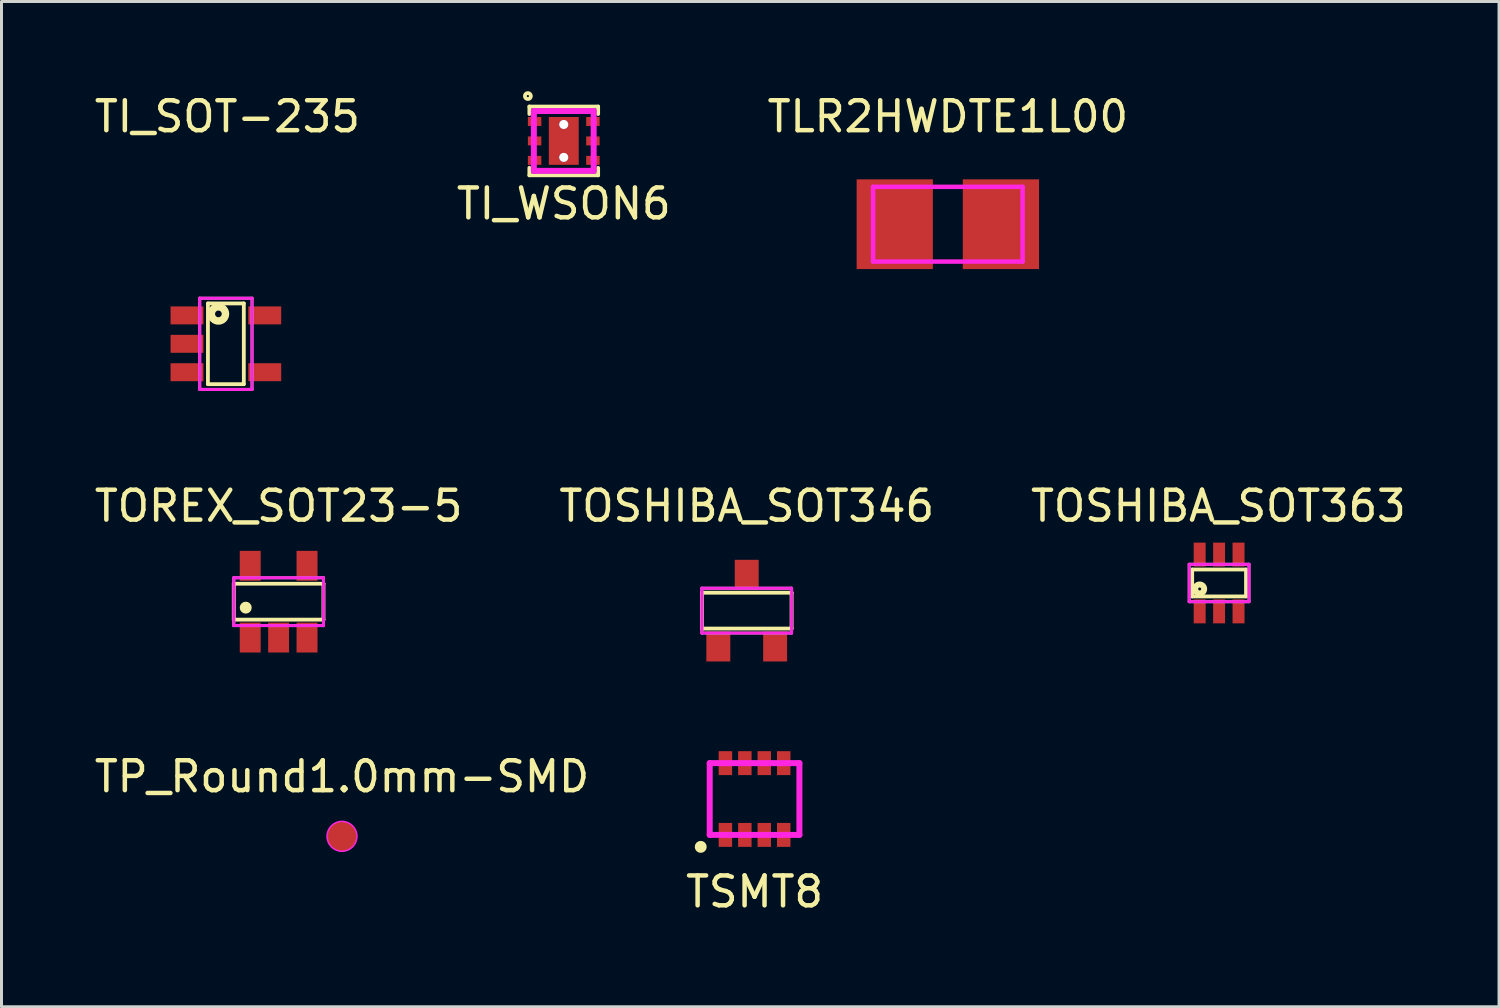
<source format=kicad_pcb>
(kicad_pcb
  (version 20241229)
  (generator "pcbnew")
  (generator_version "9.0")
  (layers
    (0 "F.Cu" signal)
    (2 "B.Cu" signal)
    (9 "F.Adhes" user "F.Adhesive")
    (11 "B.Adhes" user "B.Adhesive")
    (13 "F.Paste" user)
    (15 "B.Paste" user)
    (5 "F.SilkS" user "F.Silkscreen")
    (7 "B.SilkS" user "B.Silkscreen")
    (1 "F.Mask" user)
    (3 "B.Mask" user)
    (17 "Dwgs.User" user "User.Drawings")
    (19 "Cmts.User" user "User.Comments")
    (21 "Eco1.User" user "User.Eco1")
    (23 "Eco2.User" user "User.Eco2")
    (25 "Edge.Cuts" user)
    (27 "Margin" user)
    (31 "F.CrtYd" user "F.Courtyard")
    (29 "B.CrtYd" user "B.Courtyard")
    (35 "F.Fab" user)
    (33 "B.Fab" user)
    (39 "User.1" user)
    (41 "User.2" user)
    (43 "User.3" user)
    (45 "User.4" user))
  (footprint "TSMT8"
    (layer "F.Cu")
    (at 22.185 23.672)
    (property "Reference" "TSMT8" (at 0 3.1 0) (layer "F.SilkS") (effects (font (size 1 1) (thickness 0.15))))
    (attr through_hole)
    (fp_circle (center -1.8 1.6) (end -1.8 1.5) (stroke (width 0.2) (type solid)) (fill no) (layer "F.SilkS"))
    (fp_line (start -1.5 -1.2) (end 1.5 -1.2) (stroke (width 0.2) (type solid)) (layer "F.CrtYd"))
    (fp_line (start -1.5 1.2) (end -1.5 -1.2) (stroke (width 0.2) (type solid)) (layer "F.CrtYd"))
    (fp_line (start 1.5 -1.2) (end 1.5 1.2) (stroke (width 0.2) (type solid)) (layer "F.CrtYd"))
    (fp_line (start 1.5 1.2) (end -1.5 1.2) (stroke (width 0.2) (type solid)) (layer "F.CrtYd"))
    (pad "1" smd rect (at -0.975 1.2) (size 0.45 0.8) (layers "F.Cu" "F.Mask" "F.Paste"))
    (pad "2" smd rect (at -0.325 1.2) (size 0.45 0.8) (layers "F.Cu" "F.Mask" "F.Paste"))
    (pad "3" smd rect (at 0.325 1.2) (size 0.45 0.8) (layers "F.Cu" "F.Mask" "F.Paste"))
    (pad "4" smd rect (at 0.975 1.2) (size 0.45 0.8) (layers "F.Cu" "F.Mask" "F.Paste"))
    (pad "5" smd rect (at 0.975 -1.2) (size 0.45 0.8) (layers "F.Cu" "F.Mask" "F.Paste"))
    (pad "6" smd rect (at 0.325 -1.2) (size 0.45 0.8) (layers "F.Cu" "F.Mask" "F.Paste"))
    (pad "7" smd rect (at -0.325 -1.2) (size 0.45 0.8) (layers "F.Cu" "F.Mask" "F.Paste"))
    (pad "8" smd rect (at -0.975 -1.2) (size 0.45 0.8) (layers "F.Cu" "F.Mask" "F.Paste")))
  (footprint "TP_Round1.0mm-SMD"
    (layer "F.Cu")
    (at 8.387 24.92)
    (property "Reference" "TP_Round1.0mm-SMD" (at 0 -2 0) (layer "F.SilkS") (effects (font (size 1 1) (thickness 0.15))))
    (attr exclude_from_pos_files exclude_from_bom)
    (fp_circle (center 0 0) (end 0.5 0) (stroke (width 0.05) (type solid)) (fill no) (layer "F.CrtYd"))
    (pad "1" smd circle (at 0 0) (size 1 1) (layers "F.Cu" "F.Mask")))
  (footprint "TI_WSON6"
    (layer "F.Cu")
    (at 15.804 1.663)
    (property "Reference" "TI_WSON6" (at 0 2.1 0) (layer "F.SilkS") (effects (font (size 1 1) (thickness 0.15))))
    (attr smd)
    (fp_line (start -1.15 -1.15) (end 1.15 -1.15) (stroke (width 0.127) (type solid)) (layer "F.SilkS"))
    (fp_line (start -1.15 -0.9) (end -1.15 -1.15) (stroke (width 0.127) (type solid)) (layer "F.SilkS"))
    (fp_line (start -1.15 1.15) (end -1.15 0.9) (stroke (width 0.127) (type solid)) (layer "F.SilkS"))
    (fp_line (start 1.15 -1.15) (end 1.15 -0.9) (stroke (width 0.127) (type solid)) (layer "F.SilkS"))
    (fp_line (start 1.15 0.9) (end 1.15 1.15) (stroke (width 0.127) (type solid)) (layer "F.SilkS"))
    (fp_line (start 1.15 1.15) (end -1.15 1.15) (stroke (width 0.127) (type solid)) (layer "F.SilkS"))
    (fp_circle (center -1.2 -1.5) (end -1.2 -1.4) (stroke (width 0.127) (type solid)) (fill no) (layer "F.SilkS"))
    (fp_line (start -1 -1) (end 1 -1) (stroke (width 0.2) (type solid)) (layer "F.CrtYd"))
    (fp_line (start -1 1) (end -1 -1) (stroke (width 0.2) (type solid)) (layer "F.CrtYd"))
    (fp_line (start 1 -1) (end 1 1) (stroke (width 0.2) (type solid)) (layer "F.CrtYd"))
    (fp_line (start 1 1) (end -1 1) (stroke (width 0.2) (type solid)) (layer "F.CrtYd"))
    (pad "1" smd rect (at -0.975 -0.65) (size 0.45 0.3) (layers "F.Cu" "F.Mask" "F.Paste"))
    (pad "2" smd rect (at -0.975 0) (size 0.45 0.3) (layers "F.Cu" "F.Mask" "F.Paste"))
    (pad "3" smd rect (at -0.975 0.65) (size 0.45 0.3) (layers "F.Cu" "F.Mask" "F.Paste"))
    (pad "4" smd rect (at 0.975 0.65) (size 0.45 0.3) (layers "F.Cu" "F.Mask" "F.Paste"))
    (pad "5" smd rect (at 0.975 0) (size 0.45 0.3) (layers "F.Cu" "F.Mask" "F.Paste"))
    (pad "6" smd rect (at 0.975 -0.65) (size 0.45 0.3) (layers "F.Cu" "F.Mask" "F.Paste"))
    (pad "7" thru_hole circle (at 0 -0.55) (size 0.3 0.3) (drill 0.3) (layers "*.Cu" "*.Mask"))
    (pad "7" smd rect (at 0 0) (size 1 1.6) (layers "F.Cu" "F.Mask" "F.Paste"))
    (pad "7" thru_hole circle (at 0 0.55) (size 0.3 0.3) (drill 0.3) (layers "*.Cu" "*.Mask")))
  (footprint "TLR2HWDTE1L00"
    (layer "F.Cu")
    (at 28.649 4.448)
    (property "Reference" "TLR2HWDTE1L00" (at 0 -3.6 0) (layer "F.SilkS") (effects (font (size 1 1) (thickness 0.15))))
    (attr through_hole)
    (fp_line (start -2.5 -1.25) (end 2.5 -1.25) (stroke (width 0.15) (type solid)) (layer "F.CrtYd"))
    (fp_line (start -2.5 1.25) (end -2.5 -1.25) (stroke (width 0.15) (type solid)) (layer "F.CrtYd"))
    (fp_line (start 2.5 -1.25) (end 2.5 1.25) (stroke (width 0.15) (type solid)) (layer "F.CrtYd"))
    (fp_line (start 2.5 1.25) (end -2.5 1.25) (stroke (width 0.15) (type solid)) (layer "F.CrtYd"))
    (pad "1" smd rect (at -1.775 0) (size 2.55 3) (layers "F.Cu" "F.Mask" "F.Paste"))
    (pad "2" smd rect (at 1.775 0) (size 2.55 3) (layers "F.Cu" "F.Mask" "F.Paste")))
  (footprint "TOSHIBA_SOT363"
    (layer "F.Cu")
    (at 37.721 16.447)
    (property "Reference" "TOSHIBA_SOT363" (at -0.025 -2.575 0) (layer "F.SilkS") (effects (font (size 1 1) (thickness 0.15))))
    (attr through_hole)
    (fp_line (start -0.9 -0.45) (end 0.9 -0.45) (stroke (width 0.127) (type solid)) (layer "F.SilkS"))
    (fp_line (start -0.9 0.45) (end -0.9 -0.45) (stroke (width 0.127) (type solid)) (layer "F.SilkS"))
    (fp_line (start 0.9 -0.45) (end 0.9 0.45) (stroke (width 0.127) (type solid)) (layer "F.SilkS"))
    (fp_line (start 0.9 0.45) (end -0.9 0.45) (stroke (width 0.127) (type solid)) (layer "F.SilkS"))
    (fp_circle (center -0.65 0.2) (end -0.65 0.25) (stroke (width 0.2) (type solid)) (fill no) (layer "F.SilkS"))
    (fp_line (start -1 -0.625) (end 1 -0.625) (stroke (width 0.1) (type solid)) (layer "F.CrtYd"))
    (fp_line (start -1 0.625) (end -1 -0.625) (stroke (width 0.1) (type solid)) (layer "F.CrtYd"))
    (fp_line (start 1 -0.625) (end 1 0.625) (stroke (width 0.1) (type solid)) (layer "F.CrtYd"))
    (fp_line (start 1 0.625) (end -1 0.625) (stroke (width 0.1) (type solid)) (layer "F.CrtYd"))
    (fp_line (start -1 -0.625) (end 1 -0.625) (stroke (width 0.1) (type solid)) (layer "F.Fab"))
    (fp_line (start -1 0.625) (end -1 -0.625) (stroke (width 0.1) (type solid)) (layer "F.Fab"))
    (fp_line (start 1 -0.625) (end 1 0.625) (stroke (width 0.1) (type solid)) (layer "F.Fab"))
    (fp_line (start 1 0.625) (end -1 0.625) (stroke (width 0.1) (type solid)) (layer "F.Fab"))
    (pad "1" smd rect (at -0.65 0.95) (size 0.4 0.8) (layers "F.Cu" "F.Mask" "F.Paste"))
    (pad "2" smd rect (at 0 0.95) (size 0.4 0.8) (layers "F.Cu" "F.Mask" "F.Paste"))
    (pad "3" smd rect (at 0.65 0.95) (size 0.4 0.8) (layers "F.Cu" "F.Mask" "F.Paste"))
    (pad "4" smd rect (at 0.65 -0.95) (size 0.4 0.8) (layers "F.Cu" "F.Mask" "F.Paste"))
    (pad "5" smd rect (at 0 -0.95) (size 0.4 0.8) (layers "F.Cu" "F.Mask" "F.Paste"))
    (pad "6" smd rect (at -0.65 -0.95) (size 0.4 0.8) (layers "F.Cu" "F.Mask" "F.Paste")))
  (footprint "TOREX_SOT23-5"
    (layer "F.Cu")
    (at 6.268 17.072)
    (property "Reference" "TOREX_SOT23-5" (at 0 -3.2 0) (layer "F.SilkS") (effects (font (size 1 1) (thickness 0.15))))
    (attr through_hole)
    (fp_line (start -1.5 -0.6) (end 1.5 -0.6) (stroke (width 0.127) (type solid)) (layer "F.SilkS"))
    (fp_line (start -1.5 0.6) (end -1.5 -0.6) (stroke (width 0.127) (type solid)) (layer "F.SilkS"))
    (fp_line (start 1.5 -0.6) (end 1.5 0.6) (stroke (width 0.127) (type solid)) (layer "F.SilkS"))
    (fp_line (start 1.5 0.6) (end -1.5 0.6) (stroke (width 0.127) (type solid)) (layer "F.SilkS"))
    (fp_circle (center -1.1 0.2) (end -1.1 0.1) (stroke (width 0.2) (type solid)) (fill no) (layer "F.SilkS"))
    (fp_line (start -1.5 -0.8) (end -1.5 0.8) (stroke (width 0.1) (type solid)) (layer "F.CrtYd"))
    (fp_line (start -1.5 -0.8) (end 1.5 -0.8) (stroke (width 0.1) (type solid)) (layer "F.CrtYd"))
    (fp_line (start -1.5 0.8) (end 1.5 0.8) (stroke (width 0.1) (type solid)) (layer "F.CrtYd"))
    (fp_line (start 1.5 0.8) (end 1.5 -0.8) (stroke (width 0.1) (type solid)) (layer "F.CrtYd"))
    (fp_line (start -1.5 -0.8) (end -1.5 0.8) (stroke (width 0.1) (type solid)) (layer "F.Fab"))
    (fp_line (start -1.5 -0.8) (end 1.5 -0.8) (stroke (width 0.1) (type solid)) (layer "F.Fab"))
    (fp_line (start -1.5 0.8) (end 1.5 0.8) (stroke (width 0.1) (type solid)) (layer "F.Fab"))
    (fp_line (start 1.5 0.8) (end 1.5 -0.8) (stroke (width 0.1) (type solid)) (layer "F.Fab"))
    (pad "1" smd rect (at -0.95 1.2) (size 0.7 1) (layers "F.Cu" "F.Mask" "F.Paste"))
    (pad "2" smd rect (at 0 1.2) (size 0.7 1) (layers "F.Cu" "F.Mask" "F.Paste"))
    (pad "3" smd rect (at 0.95 1.2) (size 0.7 1) (layers "F.Cu" "F.Mask" "F.Paste"))
    (pad "4" smd rect (at 0.95 -1.2) (size 0.7 1) (layers "F.Cu" "F.Mask" "F.Paste"))
    (pad "5" smd rect (at -0.95 -1.2) (size 0.7 1) (layers "F.Cu" "F.Mask" "F.Paste")))
  (footprint "TI_SOT-235"
    (layer "F.Cu")
    (at 4.504 8.448)
    (property "Reference" "TI_SOT-235" (at 0.05 -7.6 0) (layer "F.SilkS") (effects (font (size 1 1) (thickness 0.15))))
    (attr through_hole)
    (fp_line (start -0.6 -1.35) (end 0.6 -1.35) (stroke (width 0.127) (type solid)) (layer "F.SilkS"))
    (fp_line (start -0.6 1.35) (end -0.6 -1.35) (stroke (width 0.127) (type solid)) (layer "F.SilkS"))
    (fp_line (start 0.6 -1.35) (end 0.6 1.35) (stroke (width 0.127) (type solid)) (layer "F.SilkS"))
    (fp_line (start 0.6 1.35) (end -0.6 1.35) (stroke (width 0.127) (type solid)) (layer "F.SilkS"))
    (fp_circle (center -0.25 -1) (end -0.2 -0.9) (stroke (width 0.25) (type solid)) (fill no) (layer "F.SilkS"))
    (fp_line (start -0.875 -1.525) (end -0.875 1.525) (stroke (width 0.1) (type solid)) (layer "F.CrtYd"))
    (fp_line (start -0.875 -1.525) (end 0.875 -1.525) (stroke (width 0.1) (type solid)) (layer "F.CrtYd"))
    (fp_line (start -0.875 1.525) (end 0.875 1.525) (stroke (width 0.1) (type solid)) (layer "F.CrtYd"))
    (fp_line (start 0.875 1.525) (end 0.875 -1.525) (stroke (width 0.1) (type solid)) (layer "F.CrtYd"))
    (fp_line (start -0.875 -1.525) (end -0.875 1.525) (stroke (width 0.1) (type solid)) (layer "F.Fab"))
    (fp_line (start -0.875 -1.525) (end 0.875 -1.525) (stroke (width 0.1) (type solid)) (layer "F.Fab"))
    (fp_line (start -0.875 1.525) (end 0.875 1.525) (stroke (width 0.1) (type solid)) (layer "F.Fab"))
    (fp_line (start 0.875 1.525) (end 0.875 -1.525) (stroke (width 0.1) (type solid)) (layer "F.Fab"))
    (pad "1" smd rect (at -1.3 -0.95) (size 1.1 0.6) (layers "F.Cu" "F.Mask" "F.Paste"))
    (pad "2" smd rect (at -1.3 0) (size 1.1 0.6) (layers "F.Cu" "F.Mask" "F.Paste"))
    (pad "3" smd rect (at -1.3 0.95) (size 1.1 0.6) (layers "F.Cu" "F.Mask" "F.Paste"))
    (pad "4" smd rect (at 1.3 0.95) (size 1.1 0.6) (layers "F.Cu" "F.Mask" "F.Paste"))
    (pad "5" smd rect (at 1.3 -0.95) (size 1.1 0.6) (layers "F.Cu" "F.Mask" "F.Paste")))
  (footprint "TOSHIBA_SOT346"
    (layer "F.Cu")
    (at 21.923 17.372)
    (property "Reference" "TOSHIBA_SOT346" (at 0 -3.5 0) (layer "F.SilkS") (effects (font (size 1 1) (thickness 0.15))))
    (attr through_hole)
    (fp_line (start -1.5 -0.6) (end 1.5 -0.6) (stroke (width 0.127) (type solid)) (layer "F.SilkS"))
    (fp_line (start -1.5 0.6) (end -1.5 -0.6) (stroke (width 0.127) (type solid)) (layer "F.SilkS"))
    (fp_line (start 1.5 -0.6) (end 1.5 0.6) (stroke (width 0.127) (type solid)) (layer "F.SilkS"))
    (fp_line (start 1.5 0.6) (end -1.5 0.6) (stroke (width 0.127) (type solid)) (layer "F.SilkS"))
    (fp_line (start -1.5 -0.75) (end 1.5 -0.75) (stroke (width 0.1) (type solid)) (layer "F.CrtYd"))
    (fp_line (start -1.5 0.75) (end -1.5 -0.75) (stroke (width 0.1) (type solid)) (layer "F.CrtYd"))
    (fp_line (start 1.5 -0.75) (end 1.5 0.75) (stroke (width 0.1) (type solid)) (layer "F.CrtYd"))
    (fp_line (start 1.5 0.75) (end -1.5 0.75) (stroke (width 0.1) (type solid)) (layer "F.CrtYd"))
    (fp_line (start -1.5 -0.75) (end 1.5 -0.75) (stroke (width 0.1) (type solid)) (layer "F.Fab"))
    (fp_line (start -1.5 0.75) (end -1.5 -0.75) (stroke (width 0.1) (type solid)) (layer "F.Fab"))
    (fp_line (start 1.5 -0.75) (end 1.5 0.75) (stroke (width 0.1) (type solid)) (layer "F.Fab"))
    (fp_line (start 1.5 0.75) (end -1.5 0.75) (stroke (width 0.1) (type solid)) (layer "F.Fab"))
    (pad "1" smd rect (at -0.95 1.2) (size 0.8 1) (layers "F.Cu" "F.Mask" "F.Paste"))
    (pad "2" smd rect (at 0.95 1.2) (size 0.8 1) (layers "F.Cu" "F.Mask" "F.Paste"))
    (pad "3" smd rect (at 0 -1.2) (size 0.8 1) (layers "F.Cu" "F.Mask" "F.Paste")))
  (gr_rect
    (start -3 -3)
    (end 47.083 30.62)
    (stroke (width 0.1) (type default))
    (fill no)
    (layer "Edge.Cuts")))
</source>
